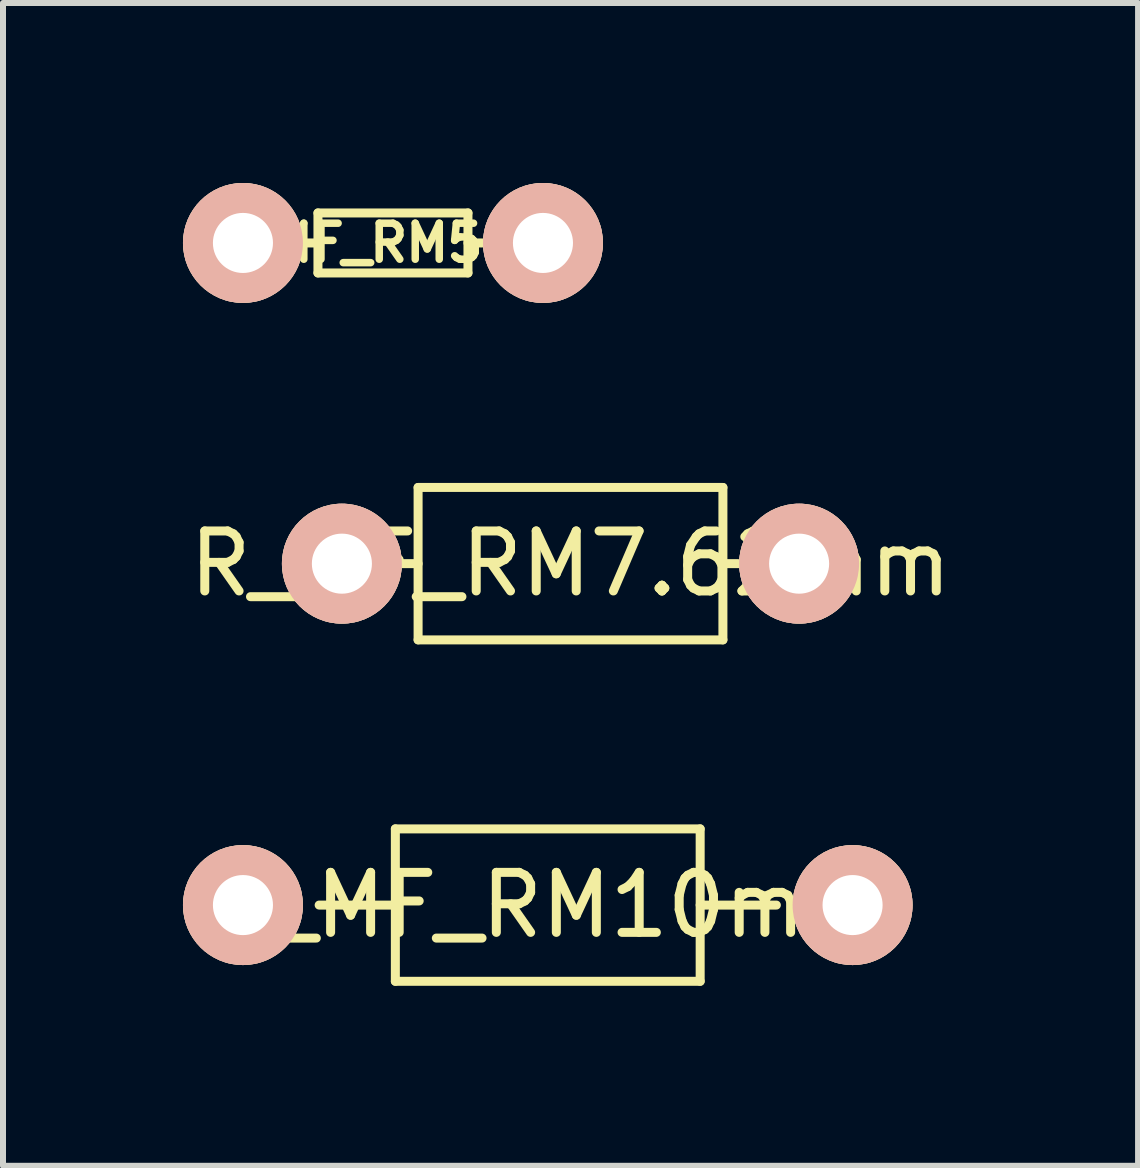
<source format=kicad_pcb>
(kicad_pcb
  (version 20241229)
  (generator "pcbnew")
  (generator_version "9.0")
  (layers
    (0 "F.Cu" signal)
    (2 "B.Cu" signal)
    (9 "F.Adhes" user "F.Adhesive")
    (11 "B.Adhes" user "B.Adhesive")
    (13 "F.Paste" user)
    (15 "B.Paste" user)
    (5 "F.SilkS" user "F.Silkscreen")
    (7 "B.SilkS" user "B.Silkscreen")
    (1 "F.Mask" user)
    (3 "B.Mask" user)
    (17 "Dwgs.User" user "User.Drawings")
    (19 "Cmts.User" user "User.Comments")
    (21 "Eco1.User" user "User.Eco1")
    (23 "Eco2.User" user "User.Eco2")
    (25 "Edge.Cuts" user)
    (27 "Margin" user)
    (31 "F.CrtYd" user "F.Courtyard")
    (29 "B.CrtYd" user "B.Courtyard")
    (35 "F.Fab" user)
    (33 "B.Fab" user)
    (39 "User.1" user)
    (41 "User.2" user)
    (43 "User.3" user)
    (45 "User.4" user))
  (footprint "R_MF_RM7.62mm"
    (layer "F.Cu")
    (at 6.458 6.344)
    (property "Reference" "R_MF_RM7.62mm" (at 0 0 0) (layer "F.SilkS") (effects (font (size 1 1) (thickness 0.15))))
    (attr through_hole)
    (fp_line (start -2.54 -1.27) (end 2.54 -1.27) (stroke (width 0.15) (type solid)) (layer "F.SilkS"))
    (fp_line (start -2.54 0) (end -2.794 0) (stroke (width 0.15) (type solid)) (layer "F.SilkS"))
    (fp_line (start -2.54 1.27) (end -2.54 -1.27) (stroke (width 0.15) (type solid)) (layer "F.SilkS"))
    (fp_line (start 2.54 -1.27) (end 2.54 1.27) (stroke (width 0.15) (type solid)) (layer "F.SilkS"))
    (fp_line (start 2.54 0) (end 2.794 0) (stroke (width 0.15) (type solid)) (layer "F.SilkS"))
    (fp_line (start 2.54 1.27) (end -2.54 1.27) (stroke (width 0.15) (type solid)) (layer "F.SilkS"))
    (pad "1" thru_hole circle (at -3.81 0) (size 1.999 1.999) (drill 1.001) (layers "*.Cu" "*.SilkS" "*.Mask"))
    (pad "2" thru_hole circle (at 3.81 0) (size 1.999 1.999) (drill 1.001) (layers "*.Cu" "*.SilkS" "*.Mask")))
  (footprint "R_MF_RM5mm"
    (layer "F.Cu")
    (at 3.499 0.999)
    (property "Reference" "R_MF_RM5mm" (at 0 0 0) (layer "F.SilkS") (effects (font (size 0.6 0.6) (thickness 0.125))))
    (attr through_hole)
    (fp_line (start -1.5 0) (end -1.25 0) (stroke (width 0.15) (type solid)) (layer "F.SilkS"))
    (fp_line (start -1.25 -0.5) (end -1.25 0) (stroke (width 0.15) (type solid)) (layer "F.SilkS"))
    (fp_line (start -1.25 0) (end -1.25 0.5) (stroke (width 0.15) (type solid)) (layer "F.SilkS"))
    (fp_line (start -1.25 0.5) (end 1.25 0.5) (stroke (width 0.15) (type solid)) (layer "F.SilkS"))
    (fp_line (start 1.25 -0.5) (end -1.25 -0.5) (stroke (width 0.15) (type solid)) (layer "F.SilkS"))
    (fp_line (start 1.25 0.5) (end 1.25 -0.5) (stroke (width 0.15) (type solid)) (layer "F.SilkS"))
    (fp_line (start 1.5 0) (end 1.25 0) (stroke (width 0.15) (type solid)) (layer "F.SilkS"))
    (pad "1" thru_hole circle (at -2.5 0) (size 1.999 1.999) (drill 1.001) (layers "*.Cu" "*.SilkS" "*.Mask"))
    (pad "2" thru_hole circle (at 2.5 0) (size 1.999 1.999) (drill 1.001) (layers "*.Cu" "*.SilkS" "*.Mask")))
  (footprint "R_MF_RM10mm"
    (layer "F.Cu")
    (at 6.079 12.034)
    (property "Reference" "R_MF_RM10mm" (at 0 0 0) (layer "F.SilkS") (effects (font (size 1 1) (thickness 0.15))))
    (attr through_hole)
    (fp_line (start -2.54 -1.27) (end 2.54 -1.27) (stroke (width 0.15) (type solid)) (layer "F.SilkS"))
    (fp_line (start -2.54 0) (end -3.81 0) (stroke (width 0.15) (type solid)) (layer "F.SilkS"))
    (fp_line (start -2.54 1.27) (end -2.54 -1.27) (stroke (width 0.15) (type solid)) (layer "F.SilkS"))
    (fp_line (start 2.54 -1.27) (end 2.54 1.27) (stroke (width 0.15) (type solid)) (layer "F.SilkS"))
    (fp_line (start 2.54 0) (end 3.81 0) (stroke (width 0.15) (type solid)) (layer "F.SilkS"))
    (fp_line (start 2.54 1.27) (end -2.54 1.27) (stroke (width 0.15) (type solid)) (layer "F.SilkS"))
    (pad "1" thru_hole circle (at -5.08 0) (size 1.999 1.999) (drill 1.001) (layers "*.Cu" "*.SilkS" "*.Mask"))
    (pad "2" thru_hole circle (at 5.08 0) (size 1.999 1.999) (drill 1.001) (layers "*.Cu" "*.SilkS" "*.Mask")))
  (gr_rect
    (start -3 -3)
    (end 15.917 16.379)
    (stroke (width 0.1) (type default))
    (fill no)
    (layer "Edge.Cuts")))
</source>
